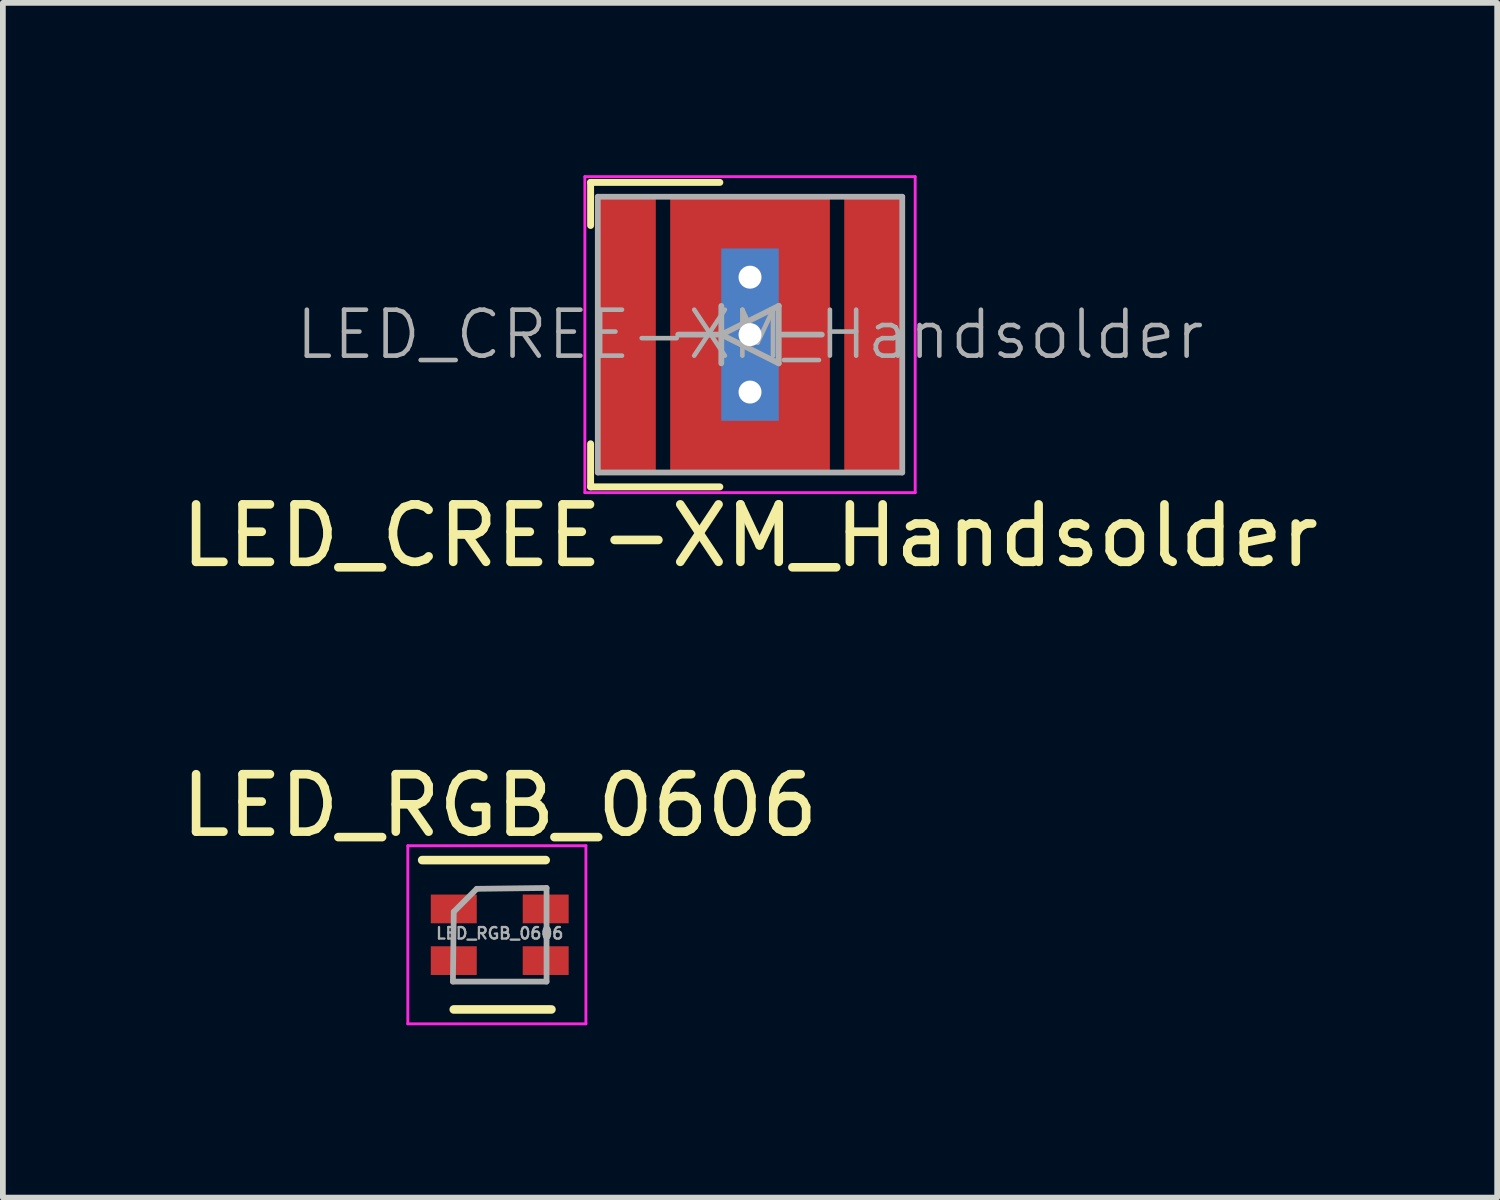
<source format=kicad_pcb>
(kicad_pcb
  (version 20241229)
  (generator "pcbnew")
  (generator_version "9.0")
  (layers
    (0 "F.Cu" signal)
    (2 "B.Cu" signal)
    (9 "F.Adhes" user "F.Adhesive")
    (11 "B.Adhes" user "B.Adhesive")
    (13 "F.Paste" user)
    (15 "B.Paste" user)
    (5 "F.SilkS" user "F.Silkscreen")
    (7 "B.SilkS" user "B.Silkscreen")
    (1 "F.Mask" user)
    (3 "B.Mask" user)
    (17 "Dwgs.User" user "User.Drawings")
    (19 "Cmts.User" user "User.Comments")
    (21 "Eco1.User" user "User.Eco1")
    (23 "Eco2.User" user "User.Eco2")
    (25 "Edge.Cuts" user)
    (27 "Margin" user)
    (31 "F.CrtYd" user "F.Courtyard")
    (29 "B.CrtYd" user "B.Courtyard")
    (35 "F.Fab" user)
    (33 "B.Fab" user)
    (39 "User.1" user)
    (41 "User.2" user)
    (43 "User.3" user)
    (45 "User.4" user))
  (footprint "LED_CREE-XM_Handsolder"
    (layer "F.Cu")
    (at 10.006 2.775)
    (property "Reference" "LED_CREE-XM_Handsolder" (at 0 3.5 0) (layer "F.SilkS") (effects (font (size 1 1) (thickness 0.15))))
    (attr smd)
    (fp_line (start -2.775 -2.65) (end -2.775 -1.9) (stroke (width 0.12) (type solid)) (layer "F.SilkS"))
    (fp_line (start -2.775 2.65) (end -2.775 1.9) (stroke (width 0.12) (type solid)) (layer "F.SilkS"))
    (fp_line (start -0.525 -2.65) (end -2.775 -2.65) (stroke (width 0.12) (type solid)) (layer "F.SilkS"))
    (fp_line (start -0.525 2.65) (end -2.775 2.65) (stroke (width 0.12) (type solid)) (layer "F.SilkS"))
    (fp_line (start -2.875 -2.75) (end 2.875 -2.75) (stroke (width 0.05) (type solid)) (layer "F.CrtYd"))
    (fp_line (start -2.875 2.75) (end -2.875 -2.75) (stroke (width 0.05) (type solid)) (layer "F.CrtYd"))
    (fp_line (start 2.875 -2.75) (end 2.875 2.75) (stroke (width 0.05) (type solid)) (layer "F.CrtYd"))
    (fp_line (start 2.875 2.75) (end -2.875 2.75) (stroke (width 0.05) (type solid)) (layer "F.CrtYd"))
    (fp_line (start -2.65 -2.4) (end 2.65 -2.4) (stroke (width 0.1) (type solid)) (layer "F.Fab"))
    (fp_line (start -2.65 2.4) (end -2.65 -2.4) (stroke (width 0.1) (type solid)) (layer "F.Fab"))
    (fp_line (start -1.25 0) (end -0.5 0) (stroke (width 0.1) (type solid)) (layer "F.Fab"))
    (fp_line (start -0.5 -0.5) (end -0.5 0.5) (stroke (width 0.1) (type solid)) (layer "F.Fab"))
    (fp_line (start -0.5 0) (end 0.5 -0.5) (stroke (width 0.1) (type solid)) (layer "F.Fab"))
    (fp_line (start 0.5 -0.5) (end 0.5 0.5) (stroke (width 0.1) (type solid)) (layer "F.Fab"))
    (fp_line (start 0.5 0.5) (end -0.5 0) (stroke (width 0.1) (type solid)) (layer "F.Fab"))
    (fp_line (start 1.25 0) (end 0.5 0) (stroke (width 0.1) (type solid)) (layer "F.Fab"))
    (fp_line (start 2.65 -2.4) (end 2.65 2.4) (stroke (width 0.1) (type solid)) (layer "F.Fab"))
    (fp_line (start 2.65 2.4) (end -2.65 2.4) (stroke (width 0.1) (type solid)) (layer "F.Fab"))
    (fp_text user "${REFERENCE}" (at 0 0 0) (layer "F.Fab") (effects (font (size 0.8 0.8) (thickness 0.08))))
    (pad "" smd rect (at 0 -1) (size 1.01 0.75) (layers "F.Paste"))
    (pad "" smd rect (at 0 0) (size 1.01 0.75) (layers "F.Paste"))
    (pad "" smd rect (at 0 1) (size 1.01 0.75) (layers "F.Paste"))
    (pad "1" smd rect (at -2.14 0) (size 1 4.78) (layers "F.Cu" "F.Mask" "F.Paste"))
    (pad "2" smd rect (at 2.14 0) (size 1 4.78) (layers "F.Cu" "F.Mask" "F.Paste"))
    (pad "3" thru_hole circle (at 0 -1) (size 0.8 0.8) (drill 0.4) (layers "*.Cu"))
    (pad "3" thru_hole circle (at 0 0) (size 0.8 0.8) (drill 0.4) (layers "*.Cu"))
    (pad "3" smd rect (at 0 0) (size 1 3) (layers "B.Cu" "B.Mask"))
    (pad "3" smd rect (at 0 0) (size 2.78 4.78) (layers "F.Cu" "F.Mask"))
    (pad "3" thru_hole circle (at 0 1) (size 0.8 0.8) (drill 0.4) (layers "*.Cu")))
  (footprint "LED_RGB_0606"
    (layer "F.Cu")
    (at 5.649 13.222)
    (property "Reference" "LED_RGB_0606" (at 0 -2.25 0) (layer "F.SilkS") (effects (font (size 1 1) (thickness 0.15))))
    (attr smd)
    (fp_line (start -1.35 -1.3) (end 0.8 -1.3) (stroke (width 0.15) (type solid)) (layer "F.SilkS"))
    (fp_line (start 0.9 1.3) (end -0.8 1.3) (stroke (width 0.15) (type solid)) (layer "F.SilkS"))
    (fp_line (start -1.6 -1.55) (end 1.5 -1.55) (stroke (width 0.05) (type solid)) (layer "F.CrtYd"))
    (fp_line (start -1.6 1.55) (end -1.6 -1.55) (stroke (width 0.05) (type solid)) (layer "F.CrtYd"))
    (fp_line (start 1.5 -1.55) (end 1.5 1.55) (stroke (width 0.05) (type solid)) (layer "F.CrtYd"))
    (fp_line (start 1.5 1.55) (end -1.6 1.55) (stroke (width 0.05) (type solid)) (layer "F.CrtYd"))
    (fp_line (start -0.8 -0.4) (end -0.815 0.815) (stroke (width 0.1) (type solid)) (layer "F.Fab"))
    (fp_line (start -0.4 -0.8) (end -0.8 -0.4) (stroke (width 0.1) (type solid)) (layer "F.Fab"))
    (fp_line (start 0.815 -0.815) (end -0.4 -0.8) (stroke (width 0.1) (type solid)) (layer "F.Fab"))
    (fp_line (start 0.815 0.815) (end -0.815 0.815) (stroke (width 0.1) (type solid)) (layer "F.Fab"))
    (fp_line (start 0.815 0.815) (end 0.815 -0.815) (stroke (width 0.1) (type solid)) (layer "F.Fab"))
    (fp_text user "${REFERENCE}" (at 0 -0.025 0) (layer "F.Fab") (effects (font (size 0.2 0.2) (thickness 0.04))))
    (pad "1" smd rect (at -0.8 -0.45) (size 0.8 0.5) (layers "F.Cu" "F.Mask" "F.Paste"))
    (pad "2" smd rect (at 0.8 -0.45) (size 0.8 0.5) (layers "F.Cu" "F.Mask" "F.Paste"))
    (pad "3" smd rect (at -0.8 0.45) (size 0.8 0.5) (layers "F.Cu" "F.Mask" "F.Paste"))
    (pad "4" smd rect (at 0.8 0.45) (size 0.8 0.5) (layers "F.Cu" "F.Mask" "F.Paste")))
  (gr_rect
    (start -3 -3)
    (end 23.012 17.797)
    (stroke (width 0.1) (type default))
    (fill no)
    (layer "Edge.Cuts")))
</source>
